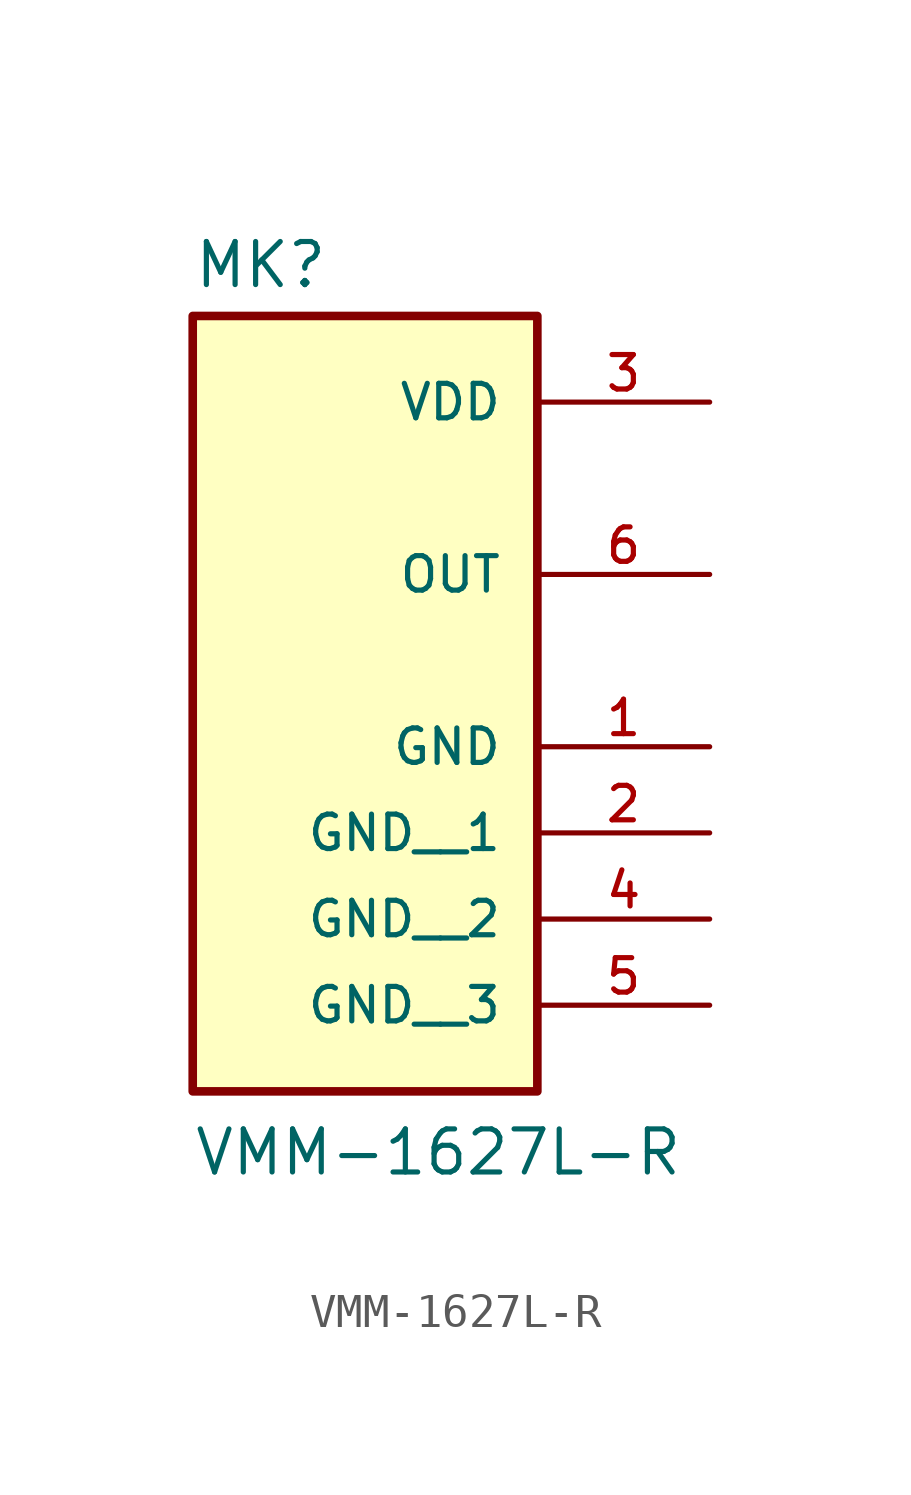
<source format=kicad_sym>
(kicad_symbol_lib
  (version 20211014)
  (generator kicad_symbol_editor)
  (symbol "VMM-1627L-R"
    (pin_names
      (offset 1.016))
    (property "Reference" "MK"
      (at -5.08 8.382 0)
      (effects (font (size 1.27 1.27)) (justify bottom left)))
    (property "Value" "VMM-1627L-R"
      (at -5.08 -17.78 0)
      (effects (font (size 1.27 1.27)) (justify bottom left)))
    (symbol "VMM-1627L-R_0_0"
      (rectangle (start -5.08 -15.24) (end 5.08 7.62) (stroke (width 0.254)) (fill (type background)))
      (pin power_in line (at 10.16 -5.08 180.0) (length 5.08) (name "GND" (effects (font (size 1.016 1.016)))) (number "1" (effects (font (size 1.016 1.016)))))
      (pin power_in line (at 10.16 5.08 180.0) (length 5.08) (name "VDD" (effects (font (size 1.016 1.016)))) (number "3" (effects (font (size 1.016 1.016)))))
      (pin output line (at 10.16 0.0 180.0) (length 5.08) (name "OUT" (effects (font (size 1.016 1.016)))) (number "6" (effects (font (size 1.016 1.016)))))
      (pin power_in line (at 10.16 -7.62 180.0) (length 5.08) (name "GND__1" (effects (font (size 1.016 1.016)))) (number "2" (effects (font (size 1.016 1.016)))))
      (pin power_in line (at 10.16 -10.16 180.0) (length 5.08) (name "GND__2" (effects (font (size 1.016 1.016)))) (number "4" (effects (font (size 1.016 1.016)))))
      (pin power_in line (at 10.16 -12.7 180.0) (length 5.08) (name "GND__3" (effects (font (size 1.016 1.016)))) (number "5" (effects (font (size 1.016 1.016))))))))
</source>
